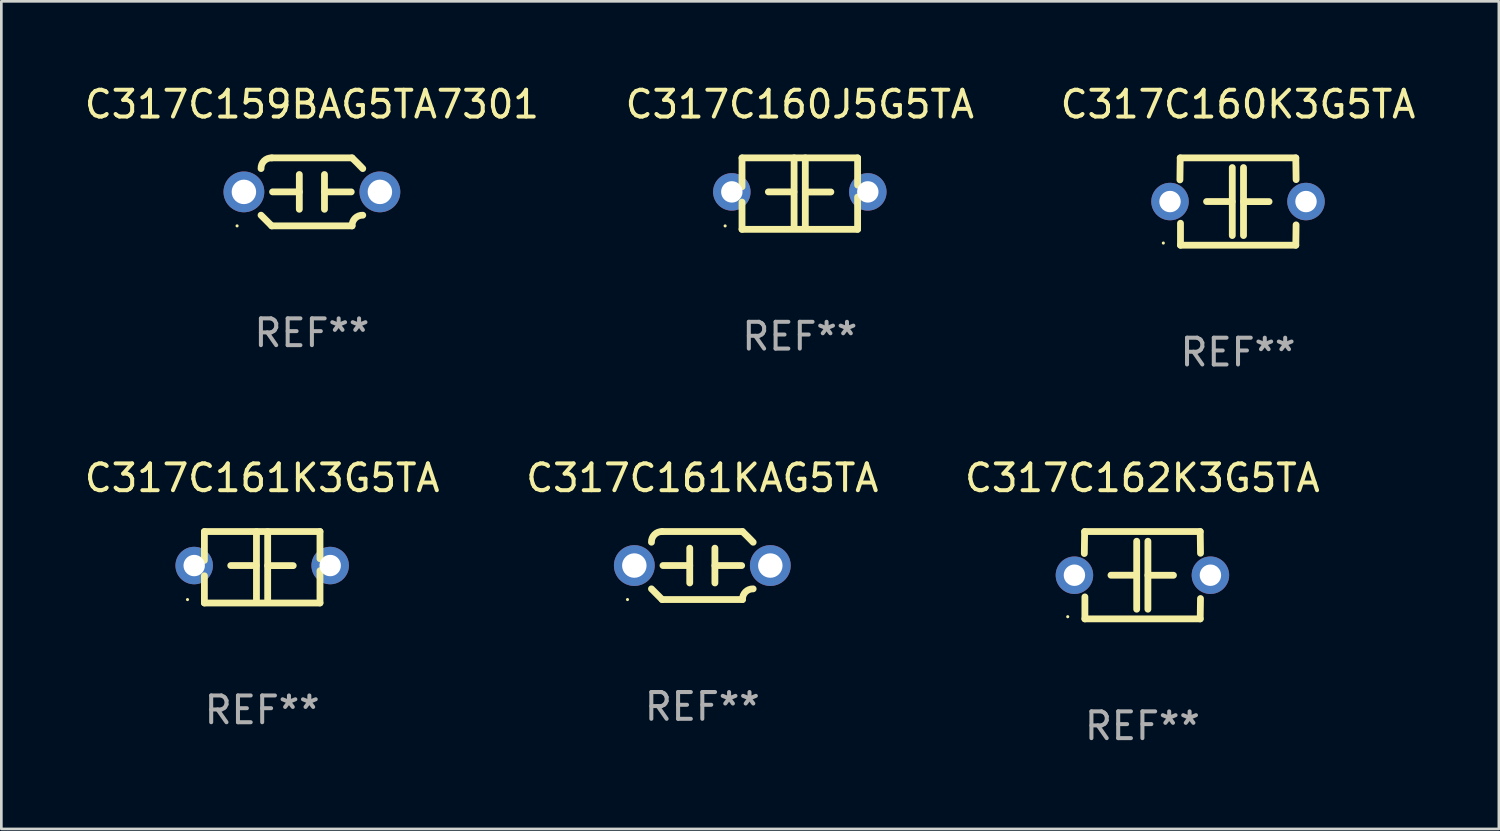
<source format=kicad_pcb>
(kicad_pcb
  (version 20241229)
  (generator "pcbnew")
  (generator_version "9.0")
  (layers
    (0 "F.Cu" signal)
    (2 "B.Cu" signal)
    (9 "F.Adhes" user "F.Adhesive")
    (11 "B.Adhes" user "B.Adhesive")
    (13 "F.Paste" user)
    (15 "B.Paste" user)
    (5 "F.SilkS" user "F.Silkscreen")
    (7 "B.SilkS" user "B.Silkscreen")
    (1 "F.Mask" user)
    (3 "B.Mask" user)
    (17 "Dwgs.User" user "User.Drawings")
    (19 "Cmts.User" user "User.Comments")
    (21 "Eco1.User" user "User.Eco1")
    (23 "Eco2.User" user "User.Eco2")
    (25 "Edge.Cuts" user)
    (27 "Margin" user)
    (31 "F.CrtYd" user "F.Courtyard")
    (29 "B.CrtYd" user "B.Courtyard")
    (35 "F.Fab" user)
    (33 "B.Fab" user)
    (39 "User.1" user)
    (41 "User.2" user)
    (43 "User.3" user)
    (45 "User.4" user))
  (footprint "C317C162K3G5TA"
    (layer "F.Cu")
    (at 39.625 18.437)
    (property "Reference" "C317C162K3G5TA" (at 0 -3.631 0) (layer "F.SilkS") (effects (font (size 1 1) (thickness 0.15))))
    (attr through_hole)
    (fp_line (start -2.17 -0.81) (end -2.159 -1.631) (stroke (width 0.254) (type solid)) (layer "F.SilkS"))
    (fp_line (start -2.159 -1.631) (end 2.159 -1.631) (stroke (width 0.254) (type solid)) (layer "F.SilkS"))
    (fp_line (start -2.149 1.631) (end -2.149 0.81) (stroke (width 0.254) (type solid)) (layer "F.SilkS"))
    (fp_line (start -0.22 0) (end -1.175 0) (stroke (width 0.254) (type solid)) (layer "F.SilkS"))
    (fp_line (start -0.214 -1.27) (end -0.214 1.27) (stroke (width 0.254) (type solid)) (layer "F.SilkS"))
    (fp_line (start 0.205 -1.27) (end 0.205 1.27) (stroke (width 0.254) (type solid)) (layer "F.SilkS"))
    (fp_line (start 0.205 0.002) (end 1.16 0.002) (stroke (width 0.254) (type solid)) (layer "F.SilkS"))
    (fp_line (start 2.159 -1.631) (end 2.17 -0.82) (stroke (width 0.254) (type solid)) (layer "F.SilkS"))
    (fp_line (start 2.159 1.631) (end -2.149 1.631) (stroke (width 0.254) (type solid)) (layer "F.SilkS"))
    (fp_line (start 2.169 0.871) (end 2.159 1.631) (stroke (width 0.254) (type solid)) (layer "F.SilkS"))
    (fp_circle (center -2.79 1.55) (end -2.76 1.55) (stroke (width 0.06) (type solid)) (fill no) (layer "F.SilkS"))
    (fp_text user "REF**" (at 0 5.631 0) (layer "F.Fab") (effects (font (size 1 1) (thickness 0.15))))
    (pad "1" thru_hole circle (at -2.54 0) (size 1.4 1.4) (drill 0.8) (layers "*.Cu" "*.Mask"))
    (pad "2" thru_hole circle (at 2.54 0) (size 1.4 1.4) (drill 0.8) (layers "*.Cu" "*.Mask")))
  (footprint "C317C159BAG5TA7301"
    (layer "F.Cu")
    (at 8.601 4.118)
    (property "Reference" "C317C159BAG5TA7301" (at 0 -3.27 0) (layer "F.SilkS") (effects (font (size 1 1) (thickness 0.15))))
    (attr through_hole)
    (fp_line (start -1.5 -1.27) (end 1.5 -1.27) (stroke (width 0.254) (type solid)) (layer "F.SilkS"))
    (fp_line (start -0.47 -0.65) (end -0.47 0.65) (stroke (width 0.254) (type solid)) (layer "F.SilkS"))
    (fp_line (start -0.47 -0.000381) (end -1.47 -0.000381) (stroke (width 0.254) (type solid)) (layer "F.SilkS"))
    (fp_line (start 0.47 0.000356) (end 1.47 0.000356) (stroke (width 0.254) (type solid)) (layer "F.SilkS"))
    (fp_line (start 0.47 0.65) (end 0.47 -0.65) (stroke (width 0.254) (type solid)) (layer "F.SilkS"))
    (fp_line (start 1.5 1.27) (end -1.5 1.27) (stroke (width 0.254) (type solid)) (layer "F.SilkS"))
    (fp_arc (start -1.899924 -0.871221) (mid -1.78599 -1.156887) (end -1.5 -1.270003) (stroke (width 0.254001) (type solid)) (layer "F.SilkS"))
    (fp_arc (start -1.501217 1.269929) (mid -1.700682 1.070039) (end -1.9 0.870003) (stroke (width 0.254001) (type solid)) (layer "F.SilkS"))
    (fp_arc (start 1.5 1.270003) (mid 1.614112 0.984517) (end 1.899923 0.871222) (stroke (width 0.254001) (type solid)) (layer "F.SilkS"))
    (fp_arc (start 1.501219 -1.269927) (mid 1.70319 -1.072538) (end 1.9 -0.870003) (stroke (width 0.254001) (type solid)) (layer "F.SilkS"))
    (fp_circle (center -2.795 1.27) (end -2.765 1.27) (stroke (width 0.06) (type solid)) (fill no) (layer "F.SilkS"))
    (fp_text user "REF**" (at 0 5.27 0) (layer "F.Fab") (effects (font (size 1 1) (thickness 0.15))))
    (pad "1" thru_hole circle (at -2.54 0) (size 1.524 1.524) (drill 0.914) (layers "*.Cu" "*.Mask"))
    (pad "2" thru_hole circle (at 2.54 0) (size 1.524 1.524) (drill 0.914) (layers "*.Cu" "*.Mask")))
  (footprint "C317C161K3G5TA"
    (layer "F.Cu")
    (at 6.744 18.14)
    (property "Reference" "C317C161K3G5TA" (at 0 -3.334 0) (layer "F.SilkS") (effects (font (size 1 1) (thickness 0.15))))
    (attr through_hole)
    (fp_line (start -2.159 -1.334) (end 2.159 -1.334) (stroke (width 0.254) (type solid)) (layer "F.SilkS"))
    (fp_line (start -2.159 -0.256) (end -2.159 -1.334) (stroke (width 0.254) (type solid)) (layer "F.SilkS"))
    (fp_line (start -2.159 1.334) (end -2.159 0.318) (stroke (width 0.254) (type solid)) (layer "F.SilkS"))
    (fp_line (start -0.22 -0.064) (end -1.175 -0.064) (stroke (width 0.254) (type solid)) (layer "F.SilkS"))
    (fp_line (start -0.214 -1.334) (end -0.214 1.207) (stroke (width 0.254) (type solid)) (layer "F.SilkS"))
    (fp_line (start 0.205 -1.334) (end 0.205 1.207) (stroke (width 0.254) (type solid)) (layer "F.SilkS"))
    (fp_line (start 0.205 -0.061) (end 1.16 -0.061) (stroke (width 0.254) (type solid)) (layer "F.SilkS"))
    (fp_line (start 2.159 -1.334) (end 2.159 -0.318) (stroke (width 0.254) (type solid)) (layer "F.SilkS"))
    (fp_line (start 2.159 0.129) (end 2.159 1.334) (stroke (width 0.254) (type solid)) (layer "F.SilkS"))
    (fp_line (start 2.159 1.334) (end -2.159 1.334) (stroke (width 0.254) (type solid)) (layer "F.SilkS"))
    (fp_circle (center -2.79 1.207) (end -2.76 1.207) (stroke (width 0.06) (type solid)) (fill no) (layer "F.SilkS"))
    (fp_text user "REF**" (at 0 5.334 0) (layer "F.Fab") (effects (font (size 1 1) (thickness 0.15))))
    (pad "1" thru_hole circle (at -2.54 -0.064) (size 1.4 1.4) (drill 0.8) (layers "*.Cu" "*.Mask"))
    (pad "2" thru_hole circle (at 2.54 -0.064) (size 1.4 1.4) (drill 0.8) (layers "*.Cu" "*.Mask")))
  (footprint "C317C160J5G5TA"
    (layer "F.Cu")
    (at 26.827 4.182)
    (property "Reference" "C317C160J5G5TA" (at 0 -3.334 0) (layer "F.SilkS") (effects (font (size 1 1) (thickness 0.15))))
    (attr through_hole)
    (fp_line (start -2.159 -1.334) (end 2.159 -1.334) (stroke (width 0.254) (type solid)) (layer "F.SilkS"))
    (fp_line (start -2.159 -0.256) (end -2.159 -1.334) (stroke (width 0.254) (type solid)) (layer "F.SilkS"))
    (fp_line (start -2.159 1.334) (end -2.159 0.318) (stroke (width 0.254) (type solid)) (layer "F.SilkS"))
    (fp_line (start -0.22 -0.064) (end -1.175 -0.064) (stroke (width 0.254) (type solid)) (layer "F.SilkS"))
    (fp_line (start -0.214 -1.334) (end -0.214 1.207) (stroke (width 0.254) (type solid)) (layer "F.SilkS"))
    (fp_line (start 0.205 -1.334) (end 0.205 1.207) (stroke (width 0.254) (type solid)) (layer "F.SilkS"))
    (fp_line (start 0.205 -0.061) (end 1.16 -0.061) (stroke (width 0.254) (type solid)) (layer "F.SilkS"))
    (fp_line (start 2.159 -1.334) (end 2.159 -0.318) (stroke (width 0.254) (type solid)) (layer "F.SilkS"))
    (fp_line (start 2.159 0.129) (end 2.159 1.334) (stroke (width 0.254) (type solid)) (layer "F.SilkS"))
    (fp_line (start 2.159 1.334) (end -2.159 1.334) (stroke (width 0.254) (type solid)) (layer "F.SilkS"))
    (fp_circle (center -2.79 1.207) (end -2.76 1.207) (stroke (width 0.06) (type solid)) (fill no) (layer "F.SilkS"))
    (fp_text user "REF**" (at 0 5.334 0) (layer "F.Fab") (effects (font (size 1 1) (thickness 0.15))))
    (pad "1" thru_hole circle (at -2.54 -0.064) (size 1.4 1.4) (drill 0.8) (layers "*.Cu" "*.Mask"))
    (pad "2" thru_hole circle (at 2.54 -0.064) (size 1.4 1.4) (drill 0.8) (layers "*.Cu" "*.Mask")))
  (footprint "C317C161KAG5TA"
    (layer "F.Cu")
    (at 23.185 18.076)
    (property "Reference" "C317C161KAG5TA" (at 0 -3.27 0) (layer "F.SilkS") (effects (font (size 1 1) (thickness 0.15))))
    (attr through_hole)
    (fp_line (start -1.5 -1.27) (end 1.5 -1.27) (stroke (width 0.254) (type solid)) (layer "F.SilkS"))
    (fp_line (start -0.47 -0.65) (end -0.47 0.65) (stroke (width 0.254) (type solid)) (layer "F.SilkS"))
    (fp_line (start -0.47 -0.000381) (end -1.47 -0.000381) (stroke (width 0.254) (type solid)) (layer "F.SilkS"))
    (fp_line (start 0.47 0.000356) (end 1.47 0.000356) (stroke (width 0.254) (type solid)) (layer "F.SilkS"))
    (fp_line (start 0.47 0.65) (end 0.47 -0.65) (stroke (width 0.254) (type solid)) (layer "F.SilkS"))
    (fp_line (start 1.5 1.27) (end -1.5 1.27) (stroke (width 0.254) (type solid)) (layer "F.SilkS"))
    (fp_arc (start -1.899924 -0.871221) (mid -1.78599 -1.156887) (end -1.5 -1.270003) (stroke (width 0.254001) (type solid)) (layer "F.SilkS"))
    (fp_arc (start -1.501217 1.269929) (mid -1.700682 1.070039) (end -1.9 0.870003) (stroke (width 0.254001) (type solid)) (layer "F.SilkS"))
    (fp_arc (start 1.5 1.270003) (mid 1.614112 0.984517) (end 1.899923 0.871222) (stroke (width 0.254001) (type solid)) (layer "F.SilkS"))
    (fp_arc (start 1.501219 -1.269927) (mid 1.70319 -1.072538) (end 1.9 -0.870003) (stroke (width 0.254001) (type solid)) (layer "F.SilkS"))
    (fp_circle (center -2.795 1.27) (end -2.765 1.27) (stroke (width 0.06) (type solid)) (fill no) (layer "F.SilkS"))
    (fp_text user "REF**" (at 0 5.27 0) (layer "F.Fab") (effects (font (size 1 1) (thickness 0.15))))
    (pad "1" thru_hole circle (at -2.54 0) (size 1.524 1.524) (drill 0.914) (layers "*.Cu" "*.Mask"))
    (pad "2" thru_hole circle (at 2.54 0) (size 1.524 1.524) (drill 0.914) (layers "*.Cu" "*.Mask")))
  (footprint "C317C160K3G5TA"
    (layer "F.Cu")
    (at 43.196 4.479)
    (property "Reference" "C317C160K3G5TA" (at 0 -3.631 0) (layer "F.SilkS") (effects (font (size 1 1) (thickness 0.15))))
    (attr through_hole)
    (fp_line (start -2.17 -0.81) (end -2.159 -1.631) (stroke (width 0.254) (type solid)) (layer "F.SilkS"))
    (fp_line (start -2.159 -1.631) (end 2.159 -1.631) (stroke (width 0.254) (type solid)) (layer "F.SilkS"))
    (fp_line (start -2.149 1.631) (end -2.149 0.81) (stroke (width 0.254) (type solid)) (layer "F.SilkS"))
    (fp_line (start -0.22 0) (end -1.175 0) (stroke (width 0.254) (type solid)) (layer "F.SilkS"))
    (fp_line (start -0.214 -1.27) (end -0.214 1.27) (stroke (width 0.254) (type solid)) (layer "F.SilkS"))
    (fp_line (start 0.205 -1.27) (end 0.205 1.27) (stroke (width 0.254) (type solid)) (layer "F.SilkS"))
    (fp_line (start 0.205 0.002) (end 1.16 0.002) (stroke (width 0.254) (type solid)) (layer "F.SilkS"))
    (fp_line (start 2.159 -1.631) (end 2.17 -0.82) (stroke (width 0.254) (type solid)) (layer "F.SilkS"))
    (fp_line (start 2.159 1.631) (end -2.149 1.631) (stroke (width 0.254) (type solid)) (layer "F.SilkS"))
    (fp_line (start 2.169 0.871) (end 2.159 1.631) (stroke (width 0.254) (type solid)) (layer "F.SilkS"))
    (fp_circle (center -2.79 1.55) (end -2.76 1.55) (stroke (width 0.06) (type solid)) (fill no) (layer "F.SilkS"))
    (fp_text user "REF**" (at 0 5.631 0) (layer "F.Fab") (effects (font (size 1 1) (thickness 0.15))))
    (pad "1" thru_hole circle (at -2.54 0) (size 1.4 1.4) (drill 0.8) (layers "*.Cu" "*.Mask"))
    (pad "2" thru_hole circle (at 2.54 0) (size 1.4 1.4) (drill 0.8) (layers "*.Cu" "*.Mask")))
  (gr_rect
    (start -3 -3)
    (end 52.94 27.916)
    (stroke (width 0.1) (type default))
    (fill no)
    (layer "Edge.Cuts")))
</source>
